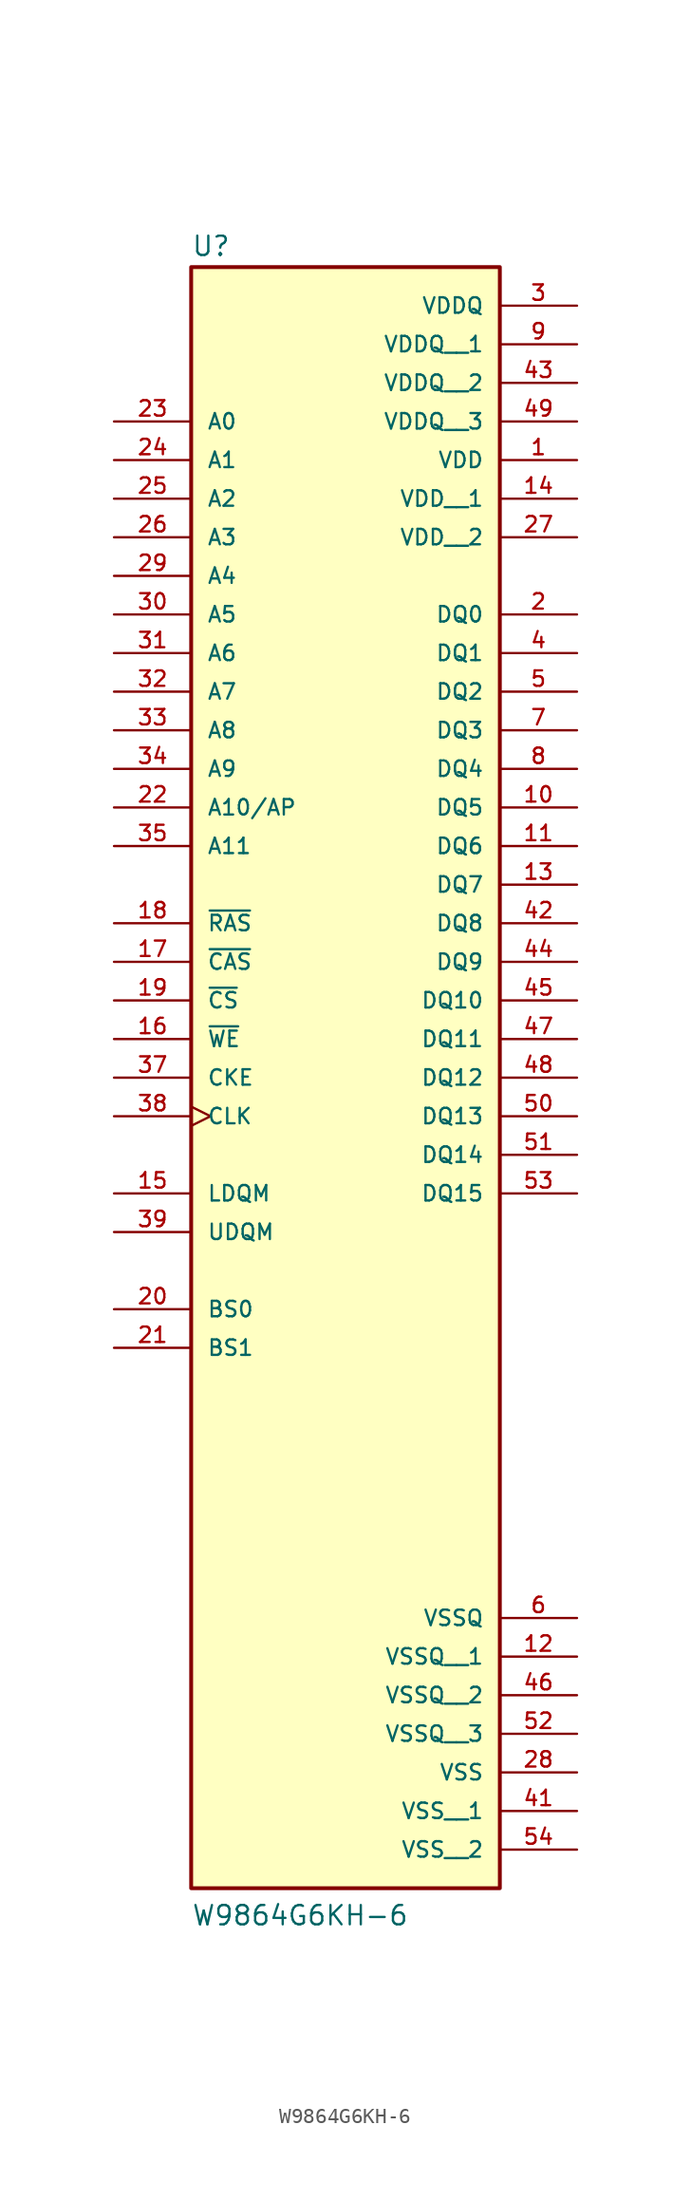
<source format=kicad_sym>
(kicad_symbol_lib
  (version 20211014)
  (generator kicad_symbol_editor)
  (symbol "W9864G6KH-6"
    (pin_names
      (offset 1.016))
    (property "Reference" "U"
      (at -10.16 41.275 0)
      (effects (font (size 1.27 1.27)) (justify bottom left)))
    (property "Value" "W9864G6KH-6"
      (at -10.16 -68.58 0)
      (effects (font (size 1.27 1.27)) (justify bottom left)))
    (symbol "W9864G6KH-6_0_0"
      (rectangle (start -10.16 -66.04) (end 10.16 40.64) (stroke (width 0.254)) (fill (type background)))
      (pin input line (at -15.24 30.48 0) (length 5.08) (name "A0" (effects (font (size 1.016 1.016)))) (number "23" (effects (font (size 1.016 1.016)))))
      (pin input line (at -15.24 27.94 0) (length 5.08) (name "A1" (effects (font (size 1.016 1.016)))) (number "24" (effects (font (size 1.016 1.016)))))
      (pin input line (at -15.24 25.4 0) (length 5.08) (name "A2" (effects (font (size 1.016 1.016)))) (number "25" (effects (font (size 1.016 1.016)))))
      (pin input line (at -15.24 22.86 0) (length 5.08) (name "A3" (effects (font (size 1.016 1.016)))) (number "26" (effects (font (size 1.016 1.016)))))
      (pin input line (at -15.24 20.32 0) (length 5.08) (name "A4" (effects (font (size 1.016 1.016)))) (number "29" (effects (font (size 1.016 1.016)))))
      (pin input line (at -15.24 17.78 0) (length 5.08) (name "A5" (effects (font (size 1.016 1.016)))) (number "30" (effects (font (size 1.016 1.016)))))
      (pin input line (at -15.24 15.24 0) (length 5.08) (name "A6" (effects (font (size 1.016 1.016)))) (number "31" (effects (font (size 1.016 1.016)))))
      (pin input line (at -15.24 12.7 0) (length 5.08) (name "A7" (effects (font (size 1.016 1.016)))) (number "32" (effects (font (size 1.016 1.016)))))
      (pin input line (at -15.24 10.16 0) (length 5.08) (name "A8" (effects (font (size 1.016 1.016)))) (number "33" (effects (font (size 1.016 1.016)))))
      (pin input line (at -15.24 7.62 0) (length 5.08) (name "A9" (effects (font (size 1.016 1.016)))) (number "34" (effects (font (size 1.016 1.016)))))
      (pin input line (at -15.24 5.08 0) (length 5.08) (name "A10/AP" (effects (font (size 1.016 1.016)))) (number "22" (effects (font (size 1.016 1.016)))))
      (pin input line (at -15.24 2.54 0) (length 5.08) (name "A11" (effects (font (size 1.016 1.016)))) (number "35" (effects (font (size 1.016 1.016)))))
      (pin input line (at -15.24 -27.94 0) (length 5.08) (name "BS0" (effects (font (size 1.016 1.016)))) (number "20" (effects (font (size 1.016 1.016)))))
      (pin input line (at -15.24 -30.48 0) (length 5.08) (name "BS1" (effects (font (size 1.016 1.016)))) (number "21" (effects (font (size 1.016 1.016)))))
      (pin input line (at -15.24 -5.08 0) (length 5.08) (name "~{CAS}" (effects (font (size 1.016 1.016)))) (number "17" (effects (font (size 1.016 1.016)))))
      (pin input line (at -15.24 -12.7 0) (length 5.08) (name "CKE" (effects (font (size 1.016 1.016)))) (number "37" (effects (font (size 1.016 1.016)))))
      (pin input clock (at -15.24 -15.24 0) (length 5.08) (name "CLK" (effects (font (size 1.016 1.016)))) (number "38" (effects (font (size 1.016 1.016)))))
      (pin input line (at -15.24 -7.62 0) (length 5.08) (name "~{CS}" (effects (font (size 1.016 1.016)))) (number "19" (effects (font (size 1.016 1.016)))))
      (pin bidirectional line (at 15.24 17.78 180.0) (length 5.08) (name "DQ0" (effects (font (size 1.016 1.016)))) (number "2" (effects (font (size 1.016 1.016)))))
      (pin bidirectional line (at 15.24 15.24 180.0) (length 5.08) (name "DQ1" (effects (font (size 1.016 1.016)))) (number "4" (effects (font (size 1.016 1.016)))))
      (pin bidirectional line (at 15.24 12.7 180.0) (length 5.08) (name "DQ2" (effects (font (size 1.016 1.016)))) (number "5" (effects (font (size 1.016 1.016)))))
      (pin bidirectional line (at 15.24 10.16 180.0) (length 5.08) (name "DQ3" (effects (font (size 1.016 1.016)))) (number "7" (effects (font (size 1.016 1.016)))))
      (pin bidirectional line (at 15.24 7.62 180.0) (length 5.08) (name "DQ4" (effects (font (size 1.016 1.016)))) (number "8" (effects (font (size 1.016 1.016)))))
      (pin bidirectional line (at 15.24 5.08 180.0) (length 5.08) (name "DQ5" (effects (font (size 1.016 1.016)))) (number "10" (effects (font (size 1.016 1.016)))))
      (pin bidirectional line (at 15.24 2.54 180.0) (length 5.08) (name "DQ6" (effects (font (size 1.016 1.016)))) (number "11" (effects (font (size 1.016 1.016)))))
      (pin bidirectional line (at 15.24 0.0 180.0) (length 5.08) (name "DQ7" (effects (font (size 1.016 1.016)))) (number "13" (effects (font (size 1.016 1.016)))))
      (pin bidirectional line (at 15.24 -2.54 180.0) (length 5.08) (name "DQ8" (effects (font (size 1.016 1.016)))) (number "42" (effects (font (size 1.016 1.016)))))
      (pin bidirectional line (at 15.24 -5.08 180.0) (length 5.08) (name "DQ9" (effects (font (size 1.016 1.016)))) (number "44" (effects (font (size 1.016 1.016)))))
      (pin bidirectional line (at 15.24 -7.62 180.0) (length 5.08) (name "DQ10" (effects (font (size 1.016 1.016)))) (number "45" (effects (font (size 1.016 1.016)))))
      (pin bidirectional line (at 15.24 -10.16 180.0) (length 5.08) (name "DQ11" (effects (font (size 1.016 1.016)))) (number "47" (effects (font (size 1.016 1.016)))))
      (pin bidirectional line (at 15.24 -12.7 180.0) (length 5.08) (name "DQ12" (effects (font (size 1.016 1.016)))) (number "48" (effects (font (size 1.016 1.016)))))
      (pin bidirectional line (at 15.24 -15.24 180.0) (length 5.08) (name "DQ13" (effects (font (size 1.016 1.016)))) (number "50" (effects (font (size 1.016 1.016)))))
      (pin bidirectional line (at 15.24 -17.78 180.0) (length 5.08) (name "DQ14" (effects (font (size 1.016 1.016)))) (number "51" (effects (font (size 1.016 1.016)))))
      (pin bidirectional line (at 15.24 -20.32 180.0) (length 5.08) (name "DQ15" (effects (font (size 1.016 1.016)))) (number "53" (effects (font (size 1.016 1.016)))))
      (pin input line (at -15.24 -20.32 0) (length 5.08) (name "LDQM" (effects (font (size 1.016 1.016)))) (number "15" (effects (font (size 1.016 1.016)))))
      (pin input line (at -15.24 -22.86 0) (length 5.08) (name "UDQM" (effects (font (size 1.016 1.016)))) (number "39" (effects (font (size 1.016 1.016)))))
      (pin input line (at -15.24 -2.54 0) (length 5.08) (name "~{RAS}" (effects (font (size 1.016 1.016)))) (number "18" (effects (font (size 1.016 1.016)))))
      (pin input line (at -15.24 -10.16 0) (length 5.08) (name "~{WE}" (effects (font (size 1.016 1.016)))) (number "16" (effects (font (size 1.016 1.016)))))
      (pin power_in line (at 15.24 38.1 180.0) (length 5.08) (name "VDDQ" (effects (font (size 1.016 1.016)))) (number "3" (effects (font (size 1.016 1.016)))))
      (pin power_in line (at 15.24 27.94 180.0) (length 5.08) (name "VDD" (effects (font (size 1.016 1.016)))) (number "1" (effects (font (size 1.016 1.016)))))
      (pin power_in line (at 15.24 -48.26 180.0) (length 5.08) (name "VSSQ" (effects (font (size 1.016 1.016)))) (number "6" (effects (font (size 1.016 1.016)))))
      (pin power_in line (at 15.24 -58.42 180.0) (length 5.08) (name "VSS" (effects (font (size 1.016 1.016)))) (number "28" (effects (font (size 1.016 1.016)))))
      (pin power_in line (at 15.24 35.56 180.0) (length 5.08) (name "VDDQ__1" (effects (font (size 1.016 1.016)))) (number "9" (effects (font (size 1.016 1.016)))))
      (pin power_in line (at 15.24 33.02 180.0) (length 5.08) (name "VDDQ__2" (effects (font (size 1.016 1.016)))) (number "43" (effects (font (size 1.016 1.016)))))
      (pin power_in line (at 15.24 30.48 180.0) (length 5.08) (name "VDDQ__3" (effects (font (size 1.016 1.016)))) (number "49" (effects (font (size 1.016 1.016)))))
      (pin power_in line (at 15.24 25.4 180.0) (length 5.08) (name "VDD__1" (effects (font (size 1.016 1.016)))) (number "14" (effects (font (size 1.016 1.016)))))
      (pin power_in line (at 15.24 22.86 180.0) (length 5.08) (name "VDD__2" (effects (font (size 1.016 1.016)))) (number "27" (effects (font (size 1.016 1.016)))))
      (pin power_in line (at 15.24 -50.8 180.0) (length 5.08) (name "VSSQ__1" (effects (font (size 1.016 1.016)))) (number "12" (effects (font (size 1.016 1.016)))))
      (pin power_in line (at 15.24 -53.34 180.0) (length 5.08) (name "VSSQ__2" (effects (font (size 1.016 1.016)))) (number "46" (effects (font (size 1.016 1.016)))))
      (pin power_in line (at 15.24 -55.88 180.0) (length 5.08) (name "VSSQ__3" (effects (font (size 1.016 1.016)))) (number "52" (effects (font (size 1.016 1.016)))))
      (pin power_in line (at 15.24 -60.96 180.0) (length 5.08) (name "VSS__1" (effects (font (size 1.016 1.016)))) (number "41" (effects (font (size 1.016 1.016)))))
      (pin power_in line (at 15.24 -63.5 180.0) (length 5.08) (name "VSS__2" (effects (font (size 1.016 1.016)))) (number "54" (effects (font (size 1.016 1.016))))))))
</source>
